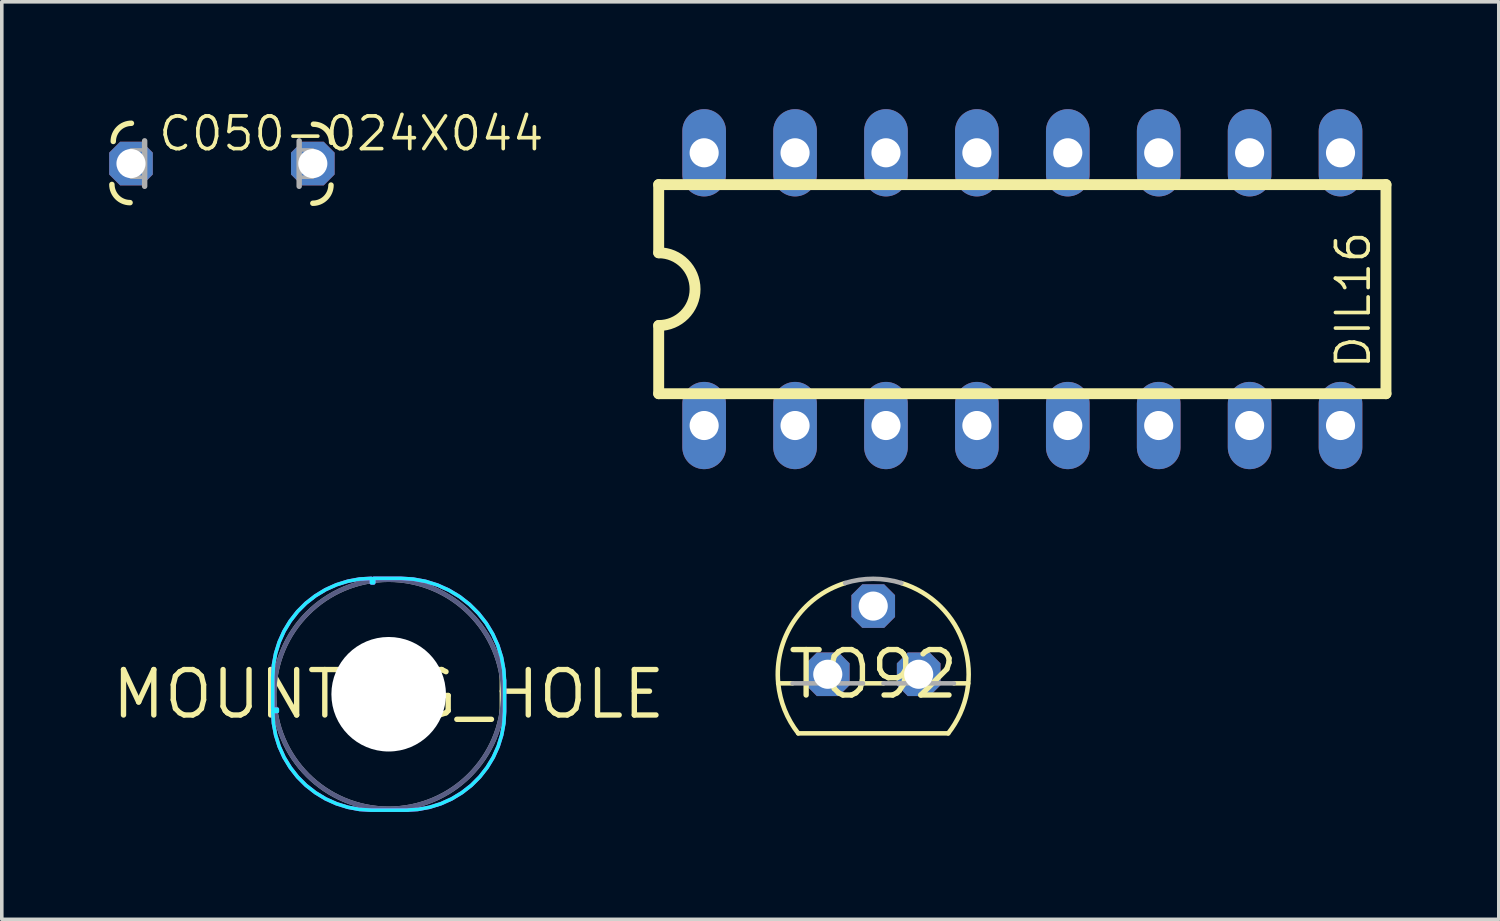
<source format=kicad_pcb>
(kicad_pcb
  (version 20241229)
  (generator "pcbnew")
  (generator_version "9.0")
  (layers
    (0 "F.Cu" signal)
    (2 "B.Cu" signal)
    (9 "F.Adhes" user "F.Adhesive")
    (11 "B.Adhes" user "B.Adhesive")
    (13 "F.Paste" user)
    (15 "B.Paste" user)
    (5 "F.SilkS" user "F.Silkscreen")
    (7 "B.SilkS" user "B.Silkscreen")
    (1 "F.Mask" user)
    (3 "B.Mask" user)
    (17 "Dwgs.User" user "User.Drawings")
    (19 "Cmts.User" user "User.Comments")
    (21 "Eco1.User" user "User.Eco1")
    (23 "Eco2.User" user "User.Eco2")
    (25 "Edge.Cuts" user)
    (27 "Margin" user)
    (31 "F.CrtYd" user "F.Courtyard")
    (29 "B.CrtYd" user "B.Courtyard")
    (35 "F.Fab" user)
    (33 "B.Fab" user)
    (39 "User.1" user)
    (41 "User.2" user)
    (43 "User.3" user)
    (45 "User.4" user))
  (footprint "DIL16"
    (layer "F.Cu")
    (at 25.514 5.029)
    (property "Reference" "DIL16" (at 9.779 2.286 90) (layer "F.SilkS") (effects (font (size 0.914 0.914) (thickness 0.102)) (justify left bottom)))
    (fp_line (start -10.16 -2.921) (end -10.16 -1.016) (stroke (width 0.305) (type solid)) (layer "F.SilkS"))
    (fp_line (start -10.16 2.921) (end -10.16 1.016) (stroke (width 0.305) (type solid)) (layer "F.SilkS"))
    (fp_line (start -10.16 2.921) (end 10.16 2.921) (stroke (width 0.305) (type solid)) (layer "F.SilkS"))
    (fp_line (start 10.16 -2.921) (end -10.16 -2.921) (stroke (width 0.305) (type solid)) (layer "F.SilkS"))
    (fp_line (start 10.16 -2.921) (end 10.16 2.921) (stroke (width 0.305) (type solid)) (layer "F.SilkS"))
    (fp_arc (start -10.16 -1.016) (mid -9.144 0) (end -10.16 1.016) (stroke (width 0.3048) (type solid)) (layer "F.SilkS"))
    (pad "1" thru_hole oval (at -8.89 3.81 90) (size 2.438 1.219) (drill 0.813) (layers "*.Cu" "*.Mask"))
    (pad "2" thru_hole oval (at -6.35 3.81 90) (size 2.438 1.219) (drill 0.813) (layers "*.Cu" "*.Mask"))
    (pad "3" thru_hole oval (at -3.81 3.81 90) (size 2.438 1.219) (drill 0.813) (layers "*.Cu" "*.Mask"))
    (pad "4" thru_hole oval (at -1.27 3.81 90) (size 2.438 1.219) (drill 0.813) (layers "*.Cu" "*.Mask"))
    (pad "5" thru_hole oval (at 1.27 3.81 90) (size 2.438 1.219) (drill 0.813) (layers "*.Cu" "*.Mask"))
    (pad "6" thru_hole oval (at 3.81 3.81 90) (size 2.438 1.219) (drill 0.813) (layers "*.Cu" "*.Mask"))
    (pad "7" thru_hole oval (at 6.35 3.81 90) (size 2.438 1.219) (drill 0.813) (layers "*.Cu" "*.Mask"))
    (pad "8" thru_hole oval (at 8.89 3.81 90) (size 2.438 1.219) (drill 0.813) (layers "*.Cu" "*.Mask"))
    (pad "9" thru_hole oval (at 8.89 -3.81 90) (size 2.438 1.219) (drill 0.813) (layers "*.Cu" "*.Mask"))
    (pad "10" thru_hole oval (at 6.35 -3.81 90) (size 2.438 1.219) (drill 0.813) (layers "*.Cu" "*.Mask"))
    (pad "11" thru_hole oval (at 3.81 -3.81 90) (size 2.438 1.219) (drill 0.813) (layers "*.Cu" "*.Mask"))
    (pad "12" thru_hole oval (at 1.27 -3.81 90) (size 2.438 1.219) (drill 0.813) (layers "*.Cu" "*.Mask"))
    (pad "13" thru_hole oval (at -1.27 -3.81 90) (size 2.438 1.219) (drill 0.813) (layers "*.Cu" "*.Mask"))
    (pad "14" thru_hole oval (at -3.81 -3.81 90) (size 2.438 1.219) (drill 0.813) (layers "*.Cu" "*.Mask"))
    (pad "15" thru_hole oval (at -6.35 -3.81 90) (size 2.438 1.219) (drill 0.813) (layers "*.Cu" "*.Mask"))
    (pad "16" thru_hole oval (at -8.89 -3.81 270) (size 2.438 1.219) (drill 0.813) (layers "*.Cu" "*.Mask")))
  (footprint "TO92"
    (layer "F.Cu")
    (at 21.348 15.789)
    (property "Reference" "TO92" (at 0 0 0) (layer "F.SilkS") (effects (font (size 1.27 1.27) (thickness 0.15))))
    (fp_line (start -2.655 0.254) (end -2.254 0.254) (stroke (width 0.127) (type solid)) (layer "F.SilkS"))
    (fp_line (start -2.095 1.651) (end 2.095 1.651) (stroke (width 0.127) (type solid)) (layer "F.SilkS"))
    (fp_line (start -0.286 0.254) (end 0.286 0.254) (stroke (width 0.127) (type solid)) (layer "F.SilkS"))
    (fp_line (start 2.254 0.254) (end 2.655 0.254) (stroke (width 0.127) (type solid)) (layer "F.SilkS"))
    (fp_arc (start -2.6549 0.254) (mid -2.219001 -1.479566) (end -0.786299 -2.548501) (stroke (width 0.127) (type solid)) (layer "F.SilkS"))
    (fp_arc (start -2.0946 1.651) (mid -2.475347 0.992847) (end -2.654901 0.254) (stroke (width 0.127) (type solid)) (layer "F.SilkS"))
    (fp_arc (start 0.7863 -2.5484) (mid 2.546275 -0.793203) (end 2.094499 1.651) (stroke (width 0.127) (type solid)) (layer "F.SilkS"))
    (fp_line (start -2.254 0.254) (end -0.286 0.254) (stroke (width 0.127) (type solid)) (layer "F.Fab"))
    (fp_line (start 0.286 0.254) (end 2.254 0.254) (stroke (width 0.127) (type solid)) (layer "F.Fab"))
    (fp_arc (start -0.7863 -2.5485) (mid 0 -2.667043) (end 0.7863 -2.5485) (stroke (width 0.127) (type solid)) (layer "F.Fab"))
    (pad "1" thru_hole roundrect (at 1.27 0) (size 1.219 1.219) (drill 0.813) (layers "*.Cu" "*.Mask") (roundrect_rratio 0.25) (chamfer_ratio 0.25) (chamfer top_left top_right bottom_left bottom_right))
    (pad "2" thru_hole roundrect (at 0 -1.905) (size 1.219 1.219) (drill 0.813) (layers "*.Cu" "*.Mask") (roundrect_rratio 0.25) (chamfer_ratio 0.25) (chamfer top_left top_right bottom_left bottom_right))
    (pad "3" thru_hole roundrect (at -1.27 0) (size 1.219 1.219) (drill 0.813) (layers "*.Cu" "*.Mask") (roundrect_rratio 0.25) (chamfer_ratio 0.25) (chamfer top_left top_right bottom_left bottom_right)))
  (footprint "MOUNTING_HOLE"
    (layer "F.Cu")
    (at 7.809 16.347)
    (property "Reference" "MOUNTING_HOLE" (at 0 0 0) (layer "F.SilkS") (effects (font (size 1.27 1.27) (thickness 0.15))))
    (fp_poly (pts (xy 0.685 -3.217) (xy 1.03 -3.154) (xy 1.365 -3.05) (xy 1.684 -2.906) (xy 1.985 -2.725) (xy 2.261 -2.508) (xy 2.508 -2.261) (xy 2.725 -1.985) (xy 2.906 -1.684) (xy 3.05 -1.365) (xy 3.154 -1.03) (xy 3.217 -0.685) (xy 3.235 -0.399) (xy 3.239 -0.399) (xy 3.239 0.483) (xy 3.219 0.813) (xy 3.158 1.141) (xy 3.059 1.459) (xy 2.923 1.762) (xy 2.75 2.047) (xy 2.545 2.31) (xy 2.31 2.545) (xy 2.047 2.75) (xy 1.762 2.923) (xy 1.459 3.059) (xy 1.141 3.158) (xy 0.813 3.219) (xy 0.544 3.235) (xy 0.544 3.239) (xy -0.483 3.239) (xy -0.813 3.219) (xy -1.141 3.158) (xy -1.459 3.059) (xy -1.762 2.923) (xy -2.047 2.75) (xy -2.31 2.545) (xy -2.545 2.31) (xy -2.75 2.047) (xy -2.923 1.762) (xy -3.059 1.459) (xy -3.158 1.141) (xy -3.219 0.813) (xy -3.238 0.485) (xy -3.175 0.481) (xy -3.111 0.481) (xy -3.111 0.417) (xy -3.239 0.417) (xy -3.239 -0.483) (xy -3.219 -0.813) (xy -3.158 -1.141) (xy -3.059 -1.459) (xy -2.923 -1.762) (xy -2.75 -2.047) (xy -2.545 -2.31) (xy -2.31 -2.545) (xy -2.047 -2.75) (xy -1.762 -2.923) (xy -1.459 -3.059) (xy -1.141 -3.158) (xy -0.813 -3.219) (xy -0.485 -3.238) (xy -0.481 -3.175) (xy -0.481 -3.111) (xy -0.417 -3.111) (xy -0.417 -3.239) (xy 0.337 -3.239)) (stroke (width 0.1) (type solid)) (fill no) (layer "B.CrtYd"))
    (fp_poly (pts (xy 0.685 -3.217) (xy 1.03 -3.154) (xy 1.365 -3.05) (xy 1.684 -2.906) (xy 1.985 -2.725) (xy 2.261 -2.508) (xy 2.508 -2.261) (xy 2.725 -1.985) (xy 2.906 -1.684) (xy 3.05 -1.365) (xy 3.154 -1.03) (xy 3.217 -0.685) (xy 3.235 -0.399) (xy 3.239 -0.399) (xy 3.239 0.483) (xy 3.219 0.813) (xy 3.158 1.141) (xy 3.059 1.459) (xy 2.923 1.762) (xy 2.75 2.047) (xy 2.545 2.31) (xy 2.31 2.545) (xy 2.047 2.75) (xy 1.762 2.923) (xy 1.459 3.059) (xy 1.141 3.158) (xy 0.813 3.219) (xy 0.544 3.235) (xy 0.544 3.239) (xy -0.483 3.239) (xy -0.813 3.219) (xy -1.141 3.158) (xy -1.459 3.059) (xy -1.762 2.923) (xy -2.047 2.75) (xy -2.31 2.545) (xy -2.545 2.31) (xy -2.75 2.047) (xy -2.923 1.762) (xy -3.059 1.459) (xy -3.158 1.141) (xy -3.219 0.813) (xy -3.238 0.485) (xy -3.175 0.481) (xy -3.111 0.481) (xy -3.111 0.417) (xy -3.239 0.417) (xy -3.239 -0.483) (xy -3.219 -0.813) (xy -3.158 -1.141) (xy -3.059 -1.459) (xy -2.923 -1.762) (xy -2.75 -2.047) (xy -2.545 -2.31) (xy -2.31 -2.545) (xy -2.047 -2.75) (xy -1.762 -2.923) (xy -1.459 -3.059) (xy -1.141 -3.158) (xy -0.813 -3.219) (xy -0.485 -3.238) (xy -0.481 -3.175) (xy -0.481 -3.111) (xy -0.417 -3.111) (xy -0.417 -3.239) (xy 0.337 -3.239)) (stroke (width 0.1) (type solid)) (fill no) (layer "F.CrtYd"))
    (fp_circle (center 0 0) (end 3.2 0) (stroke (width 0.127) (type solid)) (fill no) (layer "B.Fab"))
    (fp_circle (center 0 0) (end 3.2 0) (stroke (width 0.127) (type solid)) (fill no) (layer "F.Fab"))
    (pad "" np_thru_hole circle (at 0 0) (size 3.2 3.2) (drill 3.2) (layers "*.Cu" "*.Mask"))
    (zone (net_name "") (layer "F.Cu") (hatch edge 0.508) (connect_pads) (min_thickness 0.254) (filled_areas_thickness no) (keepout (tracks not_allowed) (vias not_allowed) (pads not_allowed) (copperpour not_allowed) (footprints allowed)) (placement (enabled no)) (fill) (polygon (pts (xy 8.144 13.172) (xy 7.328 13.172) (xy 7.328 13.172) (xy 7.003 13.192) (xy 6.683 13.25) (xy 6.372 13.347) (xy 6.076 13.48) (xy 5.797 13.649) (xy 5.541 13.849) (xy 5.311 14.079) (xy 5.111 14.336) (xy 4.942 14.614) (xy 4.809 14.911) (xy 4.712 15.221) (xy 4.653 15.541) (xy 4.634 15.866) (xy 4.634 16.828) (xy 4.634 16.828) (xy 4.653 17.153) (xy 4.712 17.473) (xy 4.809 17.783) (xy 4.942 18.08) (xy 5.111 18.358) (xy 5.311 18.614) (xy 5.541 18.844) (xy 5.797 19.045) (xy 6.076 19.213) (xy 6.372 19.347) (xy 6.683 19.444) (xy 7.003 19.502) (xy 7.328 19.522) (xy 8.29 19.522) (xy 8.29 19.522) (xy 8.614 19.502) (xy 8.934 19.444) (xy 9.245 19.347) (xy 9.542 19.213) (xy 9.82 19.045) (xy 10.076 18.844) (xy 10.306 18.614) (xy 10.507 18.358) (xy 10.675 18.08) (xy 10.809 17.783) (xy 10.905 17.473) (xy 10.964 17.153) (xy 10.984 16.828) (xy 10.984 16.012) (xy 10.984 16.012) (xy 10.963 15.669) (xy 10.901 15.332) (xy 10.799 15.005) (xy 10.658 14.692) (xy 10.481 14.399) (xy 10.27 14.129) (xy 10.027 13.886) (xy 9.757 13.675) (xy 9.464 13.497) (xy 9.151 13.356) (xy 8.824 13.254) (xy 8.486 13.193))))
    (zone (net_name "") (layer "B.Cu") (hatch edge 0.508) (connect_pads) (min_thickness 0.254) (filled_areas_thickness no) (keepout (tracks not_allowed) (vias not_allowed) (pads not_allowed) (copperpour not_allowed) (footprints allowed)) (placement (enabled no)) (fill) (polygon (pts (xy 8.144 13.172) (xy 7.328 13.172) (xy 7.328 13.172) (xy 7.003 13.192) (xy 6.683 13.25) (xy 6.372 13.347) (xy 6.076 13.48) (xy 5.797 13.649) (xy 5.541 13.849) (xy 5.311 14.079) (xy 5.111 14.336) (xy 4.942 14.614) (xy 4.809 14.911) (xy 4.712 15.221) (xy 4.653 15.541) (xy 4.634 15.866) (xy 4.634 16.828) (xy 4.634 16.828) (xy 4.653 17.153) (xy 4.712 17.473) (xy 4.809 17.783) (xy 4.942 18.08) (xy 5.111 18.358) (xy 5.311 18.614) (xy 5.541 18.844) (xy 5.797 19.045) (xy 6.076 19.213) (xy 6.372 19.347) (xy 6.683 19.444) (xy 7.003 19.502) (xy 7.328 19.522) (xy 8.29 19.522) (xy 8.29 19.522) (xy 8.614 19.502) (xy 8.934 19.444) (xy 9.245 19.347) (xy 9.542 19.213) (xy 9.82 19.045) (xy 10.076 18.844) (xy 10.306 18.614) (xy 10.507 18.358) (xy 10.675 18.08) (xy 10.809 17.783) (xy 10.905 17.473) (xy 10.964 17.153) (xy 10.984 16.828) (xy 10.984 16.012) (xy 10.984 16.012) (xy 10.963 15.669) (xy 10.901 15.332) (xy 10.799 15.005) (xy 10.658 14.692) (xy 10.481 14.399) (xy 10.27 14.129) (xy 10.027 13.886) (xy 9.757 13.675) (xy 9.464 13.497) (xy 9.151 13.356) (xy 8.824 13.254) (xy 8.486 13.193)))))
  (footprint "C050-024X044"
    (layer "F.Cu")
    (at 3.15 1.52)
    (property "Reference" "C050-024X044" (at -1.826 -0.301 0) (layer "F.SilkS") (effects (font (size 0.914 0.914) (thickness 0.102)) (justify left bottom)))
    (fp_arc (start -3.035656 -0.617875) (mid -2.886866 -0.977085) (end -2.527656 -1.125875) (stroke (width 0.1524) (type solid)) (layer "F.SilkS"))
    (fp_arc (start -2.565943 1.091625) (mid -2.925153 0.942835) (end -3.073943 0.583625) (stroke (width 0.1524) (type solid)) (layer "F.SilkS"))
    (fp_arc (start 2.557393 -1.10019) (mid 2.916603 -0.9514) (end 3.065393 -0.59219) (stroke (width 0.1524) (type solid)) (layer "F.SilkS"))
    (fp_arc (start 3.048293 0.600753) (mid 2.899503 0.959963) (end 2.540293 1.108753) (stroke (width 0.1524) (type solid)) (layer "F.SilkS"))
    (fp_line (start -2.159 0.635) (end -2.159 -0.635) (stroke (width 0.152) (type solid)) (layer "F.Fab"))
    (fp_line (start 2.159 0.635) (end 2.159 -0.635) (stroke (width 0.152) (type solid)) (layer "F.Fab"))
    (fp_poly (pts (xy -2.54 0.381) (xy -2.159 0.381) (xy -2.159 -0.381) (xy -2.54 -0.381)) (stroke (width 0.1) (type solid)) (fill no) (layer "F.Fab"))
    (fp_poly (pts (xy 2.159 0.381) (xy 2.54 0.381) (xy 2.54 -0.381) (xy 2.159 -0.381)) (stroke (width 0.1) (type solid)) (fill no) (layer "F.Fab"))
    (pad "1" thru_hole roundrect (at -2.54 0) (size 1.219 1.219) (drill 0.813) (layers "*.Cu" "*.Mask") (roundrect_rratio 0.25) (chamfer_ratio 0.25) (chamfer top_left top_right bottom_left bottom_right))
    (pad "2" thru_hole roundrect (at 2.54 0) (size 1.219 1.219) (drill 0.813) (layers "*.Cu" "*.Mask") (roundrect_rratio 0.25) (chamfer_ratio 0.25) (chamfer top_left top_right bottom_left bottom_right)))
  (gr_rect
    (start -3 -3)
    (end 38.826 22.635)
    (stroke (width 0.1) (type default))
    (fill no)
    (layer "Edge.Cuts")))
</source>
